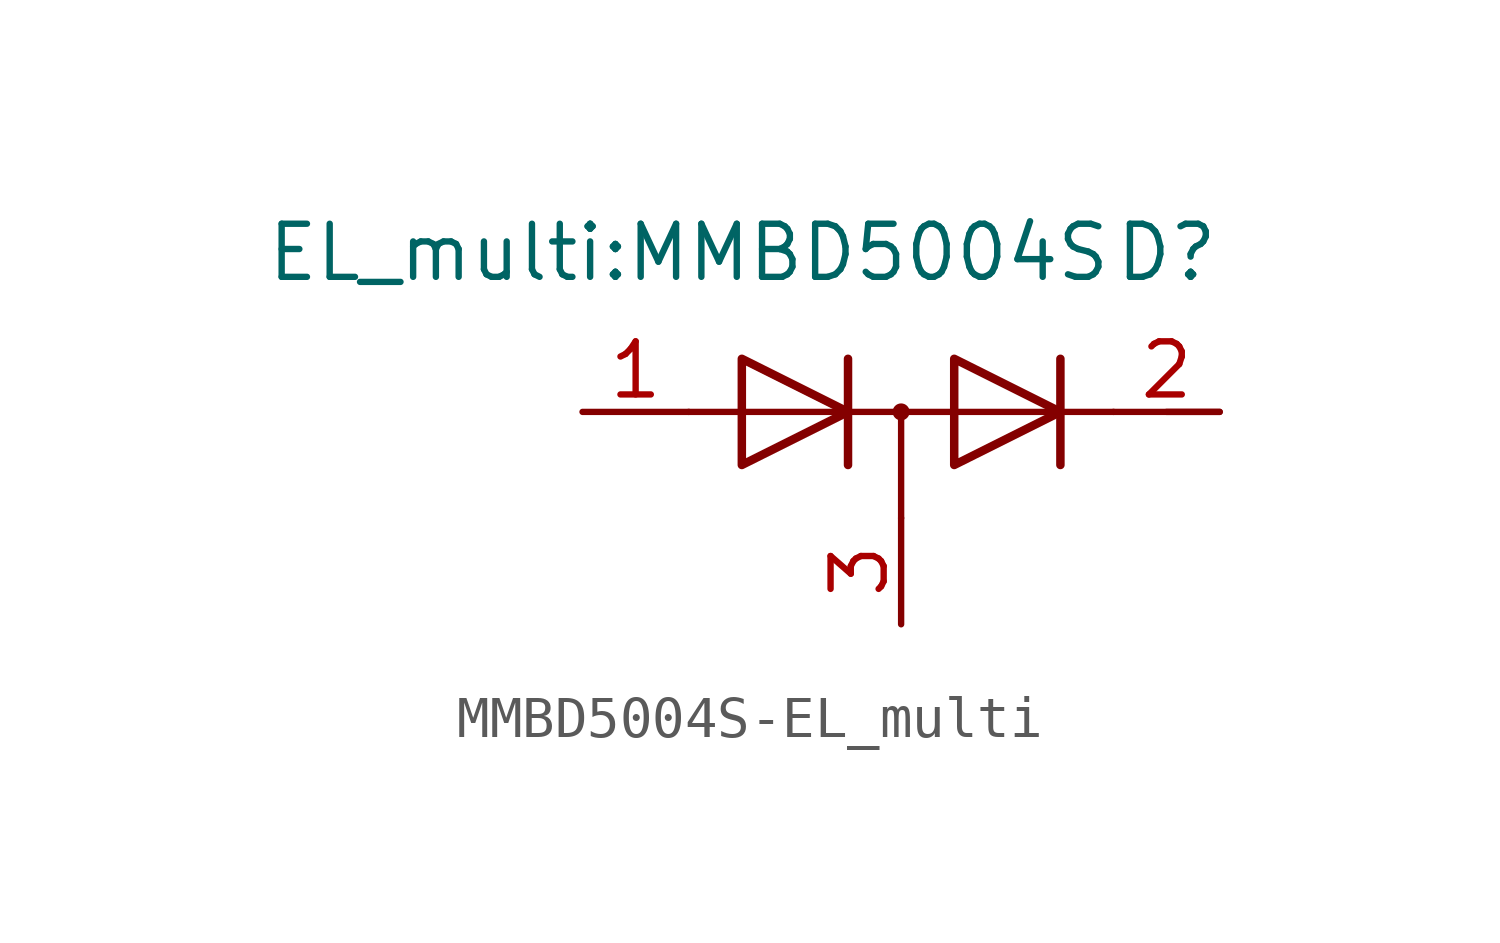
<source format=kicad_sym>
(kicad_symbol_lib
  (version 20241209)
  (generator "kicad_symbol_editor")
  (generator_version "9.0")
  (symbol "MMBD5004S-EL_multi"
    (pin_names
      (offset 1.016))
    (property "Reference" "D"
      (at 6.35 3.81 0)
      (effects (font (size 1.27 1.27))))
    (property "Value" "EL_multi:MMBD5004S"
      (at -5.08 3.81 0)
      (effects (font (size 1.27 1.27))))
    (symbol "MMBD5004S-EL_multi_1_1"
      (polyline (pts (xy -5.08 0) (xy 5.08 0)) (stroke (width 0) (type solid)) (fill (type none)))
      (polyline (pts (xy -3.81 1.27) (xy -1.27 0) (xy -3.81 -1.27) (xy -3.81 1.27) (xy -3.81 1.27) (xy -3.81 1.27)) (stroke (width 0.203) (type solid)) (fill (type none)))
      (polyline (pts (xy -1.27 -1.27) (xy -1.27 1.27) (xy -1.27 1.27)) (stroke (width 0.203) (type solid)) (fill (type none)))
      (polyline (pts (xy 0 0) (xy 0 -2.54)) (stroke (width 0) (type solid)) (fill (type none)))
      (circle (center 0 0) (radius 0.127) (stroke (width 0) (type solid)) (fill (type none)))
      (polyline (pts (xy 1.27 1.27) (xy 3.81 0) (xy 1.27 -1.27) (xy 1.27 1.27) (xy 1.27 1.27) (xy 1.27 1.27)) (stroke (width 0.203) (type solid)) (fill (type none)))
      (polyline (pts (xy 3.81 1.27) (xy 3.81 -1.27) (xy 3.81 -1.27)) (stroke (width 0.203) (type solid)) (fill (type none)))
      (polyline (pts (xy 6.35 0) (xy 7.62 0)) (stroke (width 0) (type solid)) (fill (type none)))
      (pin passive line (at -7.62 0 0) (length 2.54) (name "~" (effects (font (size 1.27 1.27)))) (number "1" (effects (font (size 1.27 1.27)))))
      (pin passive line (at 0 -5.08 90) (length 2.54) (name "~" (effects (font (size 1.27 1.27)))) (number "3" (effects (font (size 1.27 1.27)))))
      (pin passive line (at 7.62 0 180) (length 2.54) (name "~" (effects (font (size 1.27 1.27)))) (number "2" (effects (font (size 1.27 1.27))))))))
</source>
